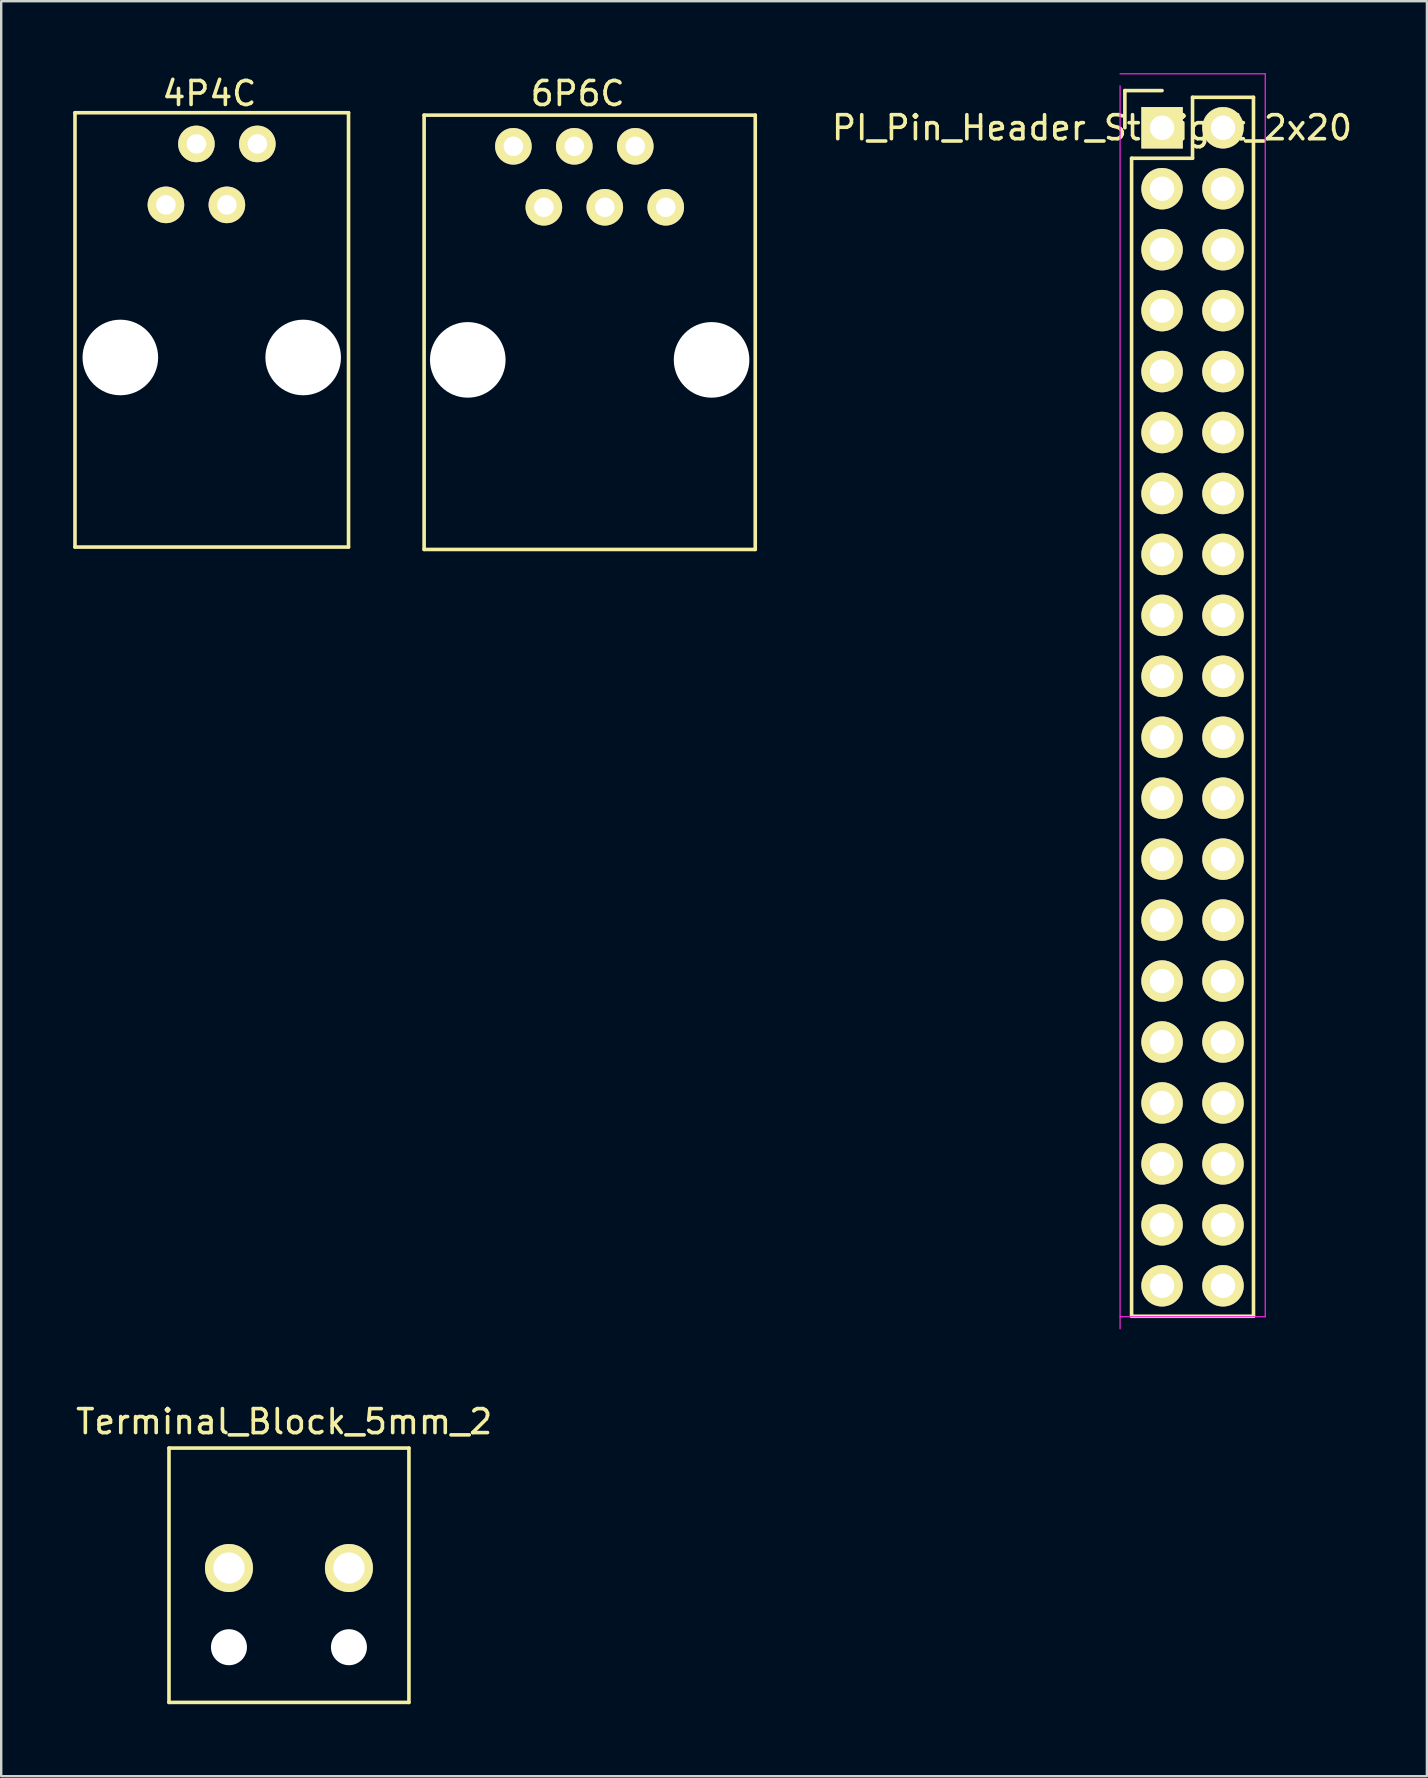
<source format=kicad_pcb>
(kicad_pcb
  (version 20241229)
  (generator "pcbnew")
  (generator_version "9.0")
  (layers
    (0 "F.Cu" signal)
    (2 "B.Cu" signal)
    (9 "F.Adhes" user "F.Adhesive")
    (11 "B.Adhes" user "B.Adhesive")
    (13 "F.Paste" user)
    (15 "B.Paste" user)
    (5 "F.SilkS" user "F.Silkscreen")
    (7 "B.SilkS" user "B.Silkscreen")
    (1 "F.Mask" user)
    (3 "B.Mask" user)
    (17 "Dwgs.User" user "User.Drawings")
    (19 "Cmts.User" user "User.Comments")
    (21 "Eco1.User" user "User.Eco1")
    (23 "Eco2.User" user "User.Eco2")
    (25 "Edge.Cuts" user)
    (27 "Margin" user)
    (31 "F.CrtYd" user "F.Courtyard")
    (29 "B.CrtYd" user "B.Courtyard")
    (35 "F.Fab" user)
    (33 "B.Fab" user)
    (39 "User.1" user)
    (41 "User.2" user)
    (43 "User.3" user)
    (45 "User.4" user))
  (footprint "6P6C"
    (layer "F.Cu")
    (at 21.525 19.848)
    (property "Reference" "6P6C" (at -0.5 -19 0) (layer "F.SilkS") (effects (font (size 1 1) (thickness 0.15))))
    (attr through_hole)
    (fp_line (start -6.9 0) (end -6.9 -18.1) (stroke (width 0.15) (type solid)) (layer "F.SilkS"))
    (fp_line (start 6.9 -18.1) (end -6.9 -18.1) (stroke (width 0.15) (type solid)) (layer "F.SilkS"))
    (fp_line (start 6.9 0) (end -6.9 0) (stroke (width 0.15) (type solid)) (layer "F.SilkS"))
    (fp_line (start 6.9 0) (end 6.9 -18.1) (stroke (width 0.15) (type solid)) (layer "F.SilkS"))
    (pad "" np_thru_hole circle (at -5.08 -7.9 180) (size 3.15 3.15) (drill 3.15) (layers "*.Cu"))
    (pad "" np_thru_hole circle (at 5.08 -7.9 180) (size 3.15 3.15) (drill 3.15) (layers "*.Cu"))
    (pad "1" thru_hole circle (at -3.18 -16.8 180) (size 1.524 1.524) (drill 0.813) (layers "*.Cu" "*.Mask" "F.SilkS"))
    (pad "2" thru_hole circle (at -1.91 -14.26 180) (size 1.524 1.524) (drill 0.813) (layers "*.Cu" "*.Mask" "F.SilkS"))
    (pad "3" thru_hole circle (at -0.64 -16.8 180) (size 1.524 1.524) (drill 0.813) (layers "*.Cu" "*.Mask" "F.SilkS"))
    (pad "4" thru_hole circle (at 0.63 -14.26 180) (size 1.524 1.524) (drill 0.813) (layers "*.Cu" "*.Mask" "F.SilkS"))
    (pad "5" thru_hole circle (at 1.9 -16.8 180) (size 1.524 1.524) (drill 0.813) (layers "*.Cu" "*.Mask" "F.SilkS"))
    (pad "6" thru_hole circle (at 3.17 -14.26 180) (size 1.524 1.524) (drill 0.813) (layers "*.Cu" "*.Mask" "F.SilkS")))
  (footprint "PI_Pin_Header_Straight_2x20"
    (layer "F.Cu")
    (at 45.349 2.305)
    (property "Reference" "PI_Pin_Header_Straight_2x20" (at -2.891 -0.03 180) (layer "F.SilkS") (effects (font (size 1 1) (thickness 0.15))))
    (attr through_hole)
    (fp_line (start -1.52 -1.58) (end -1.52 -0.03) (stroke (width 0.15) (type solid)) (layer "F.SilkS"))
    (fp_line (start -1.24 1.24) (end -1.24 49.5) (stroke (width 0.15) (type solid)) (layer "F.SilkS"))
    (fp_line (start 0.03 -1.58) (end -1.52 -1.58) (stroke (width 0.15) (type solid)) (layer "F.SilkS"))
    (fp_line (start 1.3 -1.3) (end 1.3 1.24) (stroke (width 0.15) (type solid)) (layer "F.SilkS"))
    (fp_line (start 1.3 1.24) (end -1.24 1.24) (stroke (width 0.15) (type solid)) (layer "F.SilkS"))
    (fp_line (start 3.84 -1.3) (end 1.3 -1.3) (stroke (width 0.15) (type solid)) (layer "F.SilkS"))
    (fp_line (start 3.84 49.5) (end -1.24 49.5) (stroke (width 0.15) (type solid)) (layer "F.SilkS"))
    (fp_line (start 3.84 49.5) (end 3.84 -1.3) (stroke (width 0.15) (type solid)) (layer "F.SilkS"))
    (fp_line (start -1.72 -2.28) (end 4.33 -2.28) (stroke (width 0.05) (type solid)) (layer "F.CrtYd"))
    (fp_line (start -1.72 -1.78) (end -1.72 50.02) (stroke (width 0.05) (type solid)) (layer "F.CrtYd"))
    (fp_line (start -1.72 49.52) (end 4.33 49.52) (stroke (width 0.05) (type solid)) (layer "F.CrtYd"))
    (fp_line (start 4.33 -2.28) (end 4.33 49.52) (stroke (width 0.05) (type solid)) (layer "F.CrtYd"))
    (pad "1" thru_hole rect (at 0.03 -0.03) (size 1.727 1.727) (drill 1.016) (layers "*.Cu" "*.Mask" "F.SilkS"))
    (pad "2" thru_hole oval (at 2.57 -0.03) (size 1.727 1.727) (drill 1.016) (layers "*.Cu" "*.Mask" "F.SilkS"))
    (pad "3" thru_hole oval (at 0.03 2.51) (size 1.727 1.727) (drill 1.016) (layers "*.Cu" "*.Mask" "F.SilkS"))
    (pad "4" thru_hole oval (at 2.57 2.51) (size 1.727 1.727) (drill 1.016) (layers "*.Cu" "*.Mask" "F.SilkS"))
    (pad "5" thru_hole oval (at 0.03 5.05) (size 1.727 1.727) (drill 1.016) (layers "*.Cu" "*.Mask" "F.SilkS"))
    (pad "6" thru_hole oval (at 2.57 5.05) (size 1.727 1.727) (drill 1.016) (layers "*.Cu" "*.Mask" "F.SilkS"))
    (pad "7" thru_hole oval (at 0.03 7.59) (size 1.727 1.727) (drill 1.016) (layers "*.Cu" "*.Mask" "F.SilkS"))
    (pad "8" thru_hole oval (at 2.57 7.59) (size 1.727 1.727) (drill 1.016) (layers "*.Cu" "*.Mask" "F.SilkS"))
    (pad "9" thru_hole oval (at 0.03 10.13) (size 1.727 1.727) (drill 1.016) (layers "*.Cu" "*.Mask" "F.SilkS"))
    (pad "10" thru_hole oval (at 2.57 10.13) (size 1.727 1.727) (drill 1.016) (layers "*.Cu" "*.Mask" "F.SilkS"))
    (pad "11" thru_hole oval (at 0.03 12.67) (size 1.727 1.727) (drill 1.016) (layers "*.Cu" "*.Mask" "F.SilkS"))
    (pad "12" thru_hole oval (at 2.57 12.67) (size 1.727 1.727) (drill 1.016) (layers "*.Cu" "*.Mask" "F.SilkS"))
    (pad "13" thru_hole oval (at 0.03 15.21) (size 1.727 1.727) (drill 1.016) (layers "*.Cu" "*.Mask" "F.SilkS"))
    (pad "14" thru_hole oval (at 2.57 15.21) (size 1.727 1.727) (drill 1.016) (layers "*.Cu" "*.Mask" "F.SilkS"))
    (pad "15" thru_hole oval (at 0.03 17.75) (size 1.727 1.727) (drill 1.016) (layers "*.Cu" "*.Mask" "F.SilkS"))
    (pad "16" thru_hole oval (at 2.57 17.75) (size 1.727 1.727) (drill 1.016) (layers "*.Cu" "*.Mask" "F.SilkS"))
    (pad "17" thru_hole oval (at 0.03 20.29) (size 1.727 1.727) (drill 1.016) (layers "*.Cu" "*.Mask" "F.SilkS"))
    (pad "18" thru_hole oval (at 2.57 20.29) (size 1.727 1.727) (drill 1.016) (layers "*.Cu" "*.Mask" "F.SilkS"))
    (pad "19" thru_hole oval (at 0.03 22.83) (size 1.727 1.727) (drill 1.016) (layers "*.Cu" "*.Mask" "F.SilkS"))
    (pad "20" thru_hole oval (at 2.57 22.83) (size 1.727 1.727) (drill 1.016) (layers "*.Cu" "*.Mask" "F.SilkS"))
    (pad "21" thru_hole oval (at 0.03 25.37) (size 1.727 1.727) (drill 1.016) (layers "*.Cu" "*.Mask" "F.SilkS"))
    (pad "22" thru_hole oval (at 2.57 25.37) (size 1.727 1.727) (drill 1.016) (layers "*.Cu" "*.Mask" "F.SilkS"))
    (pad "23" thru_hole oval (at 0.03 27.91) (size 1.727 1.727) (drill 1.016) (layers "*.Cu" "*.Mask" "F.SilkS"))
    (pad "24" thru_hole oval (at 2.57 27.91) (size 1.727 1.727) (drill 1.016) (layers "*.Cu" "*.Mask" "F.SilkS"))
    (pad "25" thru_hole oval (at 0.03 30.45) (size 1.727 1.727) (drill 1.016) (layers "*.Cu" "*.Mask" "F.SilkS"))
    (pad "26" thru_hole oval (at 2.57 30.45) (size 1.727 1.727) (drill 1.016) (layers "*.Cu" "*.Mask" "F.SilkS"))
    (pad "27" thru_hole oval (at 0.03 32.99) (size 1.727 1.727) (drill 1.016) (layers "*.Cu" "*.Mask" "F.SilkS"))
    (pad "28" thru_hole oval (at 2.57 32.99) (size 1.727 1.727) (drill 1.016) (layers "*.Cu" "*.Mask" "F.SilkS"))
    (pad "29" thru_hole oval (at 0.03 35.53) (size 1.727 1.727) (drill 1.016) (layers "*.Cu" "*.Mask" "F.SilkS"))
    (pad "30" thru_hole oval (at 2.57 35.53) (size 1.727 1.727) (drill 1.016) (layers "*.Cu" "*.Mask" "F.SilkS"))
    (pad "31" thru_hole oval (at 0.03 38.07) (size 1.727 1.727) (drill 1.016) (layers "*.Cu" "*.Mask" "F.SilkS"))
    (pad "32" thru_hole oval (at 2.57 38.07) (size 1.727 1.727) (drill 1.016) (layers "*.Cu" "*.Mask" "F.SilkS"))
    (pad "33" thru_hole oval (at 0.03 40.61) (size 1.727 1.727) (drill 1.016) (layers "*.Cu" "*.Mask" "F.SilkS"))
    (pad "34" thru_hole oval (at 2.57 40.61) (size 1.727 1.727) (drill 1.016) (layers "*.Cu" "*.Mask" "F.SilkS"))
    (pad "35" thru_hole oval (at 0.03 43.15) (size 1.727 1.727) (drill 1.016) (layers "*.Cu" "*.Mask" "F.SilkS"))
    (pad "36" thru_hole oval (at 2.57 43.15) (size 1.727 1.727) (drill 1.016) (layers "*.Cu" "*.Mask" "F.SilkS"))
    (pad "37" thru_hole oval (at 0.03 45.69) (size 1.727 1.727) (drill 1.016) (layers "*.Cu" "*.Mask" "F.SilkS"))
    (pad "38" thru_hole oval (at 2.57 45.69) (size 1.727 1.727) (drill 1.016) (layers "*.Cu" "*.Mask" "F.SilkS"))
    (pad "39" thru_hole oval (at 0.03 48.23) (size 1.727 1.727) (drill 1.016) (layers "*.Cu" "*.Mask" "F.SilkS"))
    (pad "40" thru_hole oval (at 2.57 48.23) (size 1.727 1.727) (drill 1.016) (layers "*.Cu" "*.Mask" "F.SilkS")))
  (footprint "4P4C"
    (layer "F.Cu")
    (at 5.775 19.748)
    (property "Reference" "4P4C" (at -0.1 -18.9 0) (layer "F.SilkS") (effects (font (size 1 1) (thickness 0.15))))
    (attr through_hole)
    (fp_line (start -5.7 -18.1) (end 5.7 -18.1) (stroke (width 0.15) (type solid)) (layer "F.SilkS"))
    (fp_line (start -5.7 0) (end -5.7 -18.1) (stroke (width 0.15) (type solid)) (layer "F.SilkS"))
    (fp_line (start -5.7 0) (end 5.7 0) (stroke (width 0.15) (type solid)) (layer "F.SilkS"))
    (fp_line (start 5.7 0) (end 5.7 -18.1) (stroke (width 0.15) (type solid)) (layer "F.SilkS"))
    (pad "" np_thru_hole circle (at -3.81 -7.9) (size 3.15 3.15) (drill 3.15) (layers "*.Cu"))
    (pad "" np_thru_hole circle (at 3.81 -7.9) (size 3.15 3.15) (drill 3.15) (layers "*.Cu"))
    (pad "1" thru_hole circle (at 1.9 -16.8) (size 1.524 1.524) (drill 0.813) (layers "*.Cu" "*.Mask" "F.SilkS"))
    (pad "2" thru_hole circle (at 0.63 -14.26) (size 1.524 1.524) (drill 0.813) (layers "*.Cu" "*.Mask" "F.SilkS"))
    (pad "3" thru_hole circle (at -0.64 -16.8) (size 1.524 1.524) (drill 0.813) (layers "*.Cu" "*.Mask" "F.SilkS"))
    (pad "4" thru_hole circle (at -1.91 -14.26) (size 1.524 1.524) (drill 0.813) (layers "*.Cu" "*.Mask" "F.SilkS")))
  (footprint "Terminal_Block_5mm_2"
    (layer "F.Cu")
    (at 8.992 65.598)
    (property "Reference" "Terminal_Block_5mm_2" (at -0.2 -9.4 0) (layer "F.SilkS") (effects (font (size 1 1) (thickness 0.15))))
    (attr through_hole)
    (fp_line (start -5 -8.3) (end -5 2.3) (stroke (width 0.15) (type solid)) (layer "F.SilkS"))
    (fp_line (start -5 -8.3) (end 5 -8.3) (stroke (width 0.15) (type solid)) (layer "F.SilkS"))
    (fp_line (start -5 2.3) (end 5 2.3) (stroke (width 0.15) (type solid)) (layer "F.SilkS"))
    (fp_line (start 5 -8.3) (end 5 2.3) (stroke (width 0.15) (type solid)) (layer "F.SilkS"))
    (pad "" np_thru_hole circle (at -2.5 0) (size 1.5 1.5) (drill 1.5) (layers "*.Cu"))
    (pad "" np_thru_hole circle (at 2.5 0) (size 1.5 1.5) (drill 1.5) (layers "*.Cu"))
    (pad "1" thru_hole circle (at -2.5 -3.3) (size 2 2) (drill 1.3) (layers "*.Cu" "*.Mask" "F.SilkS"))
    (pad "2" thru_hole circle (at 2.5 -3.3) (size 2 2) (drill 1.3) (layers "*.Cu" "*.Mask" "F.SilkS")))
  (gr_rect
    (start -3 -3)
    (end 56.417 70.973)
    (stroke (width 0.1) (type default))
    (fill no)
    (layer "Edge.Cuts")))
</source>
